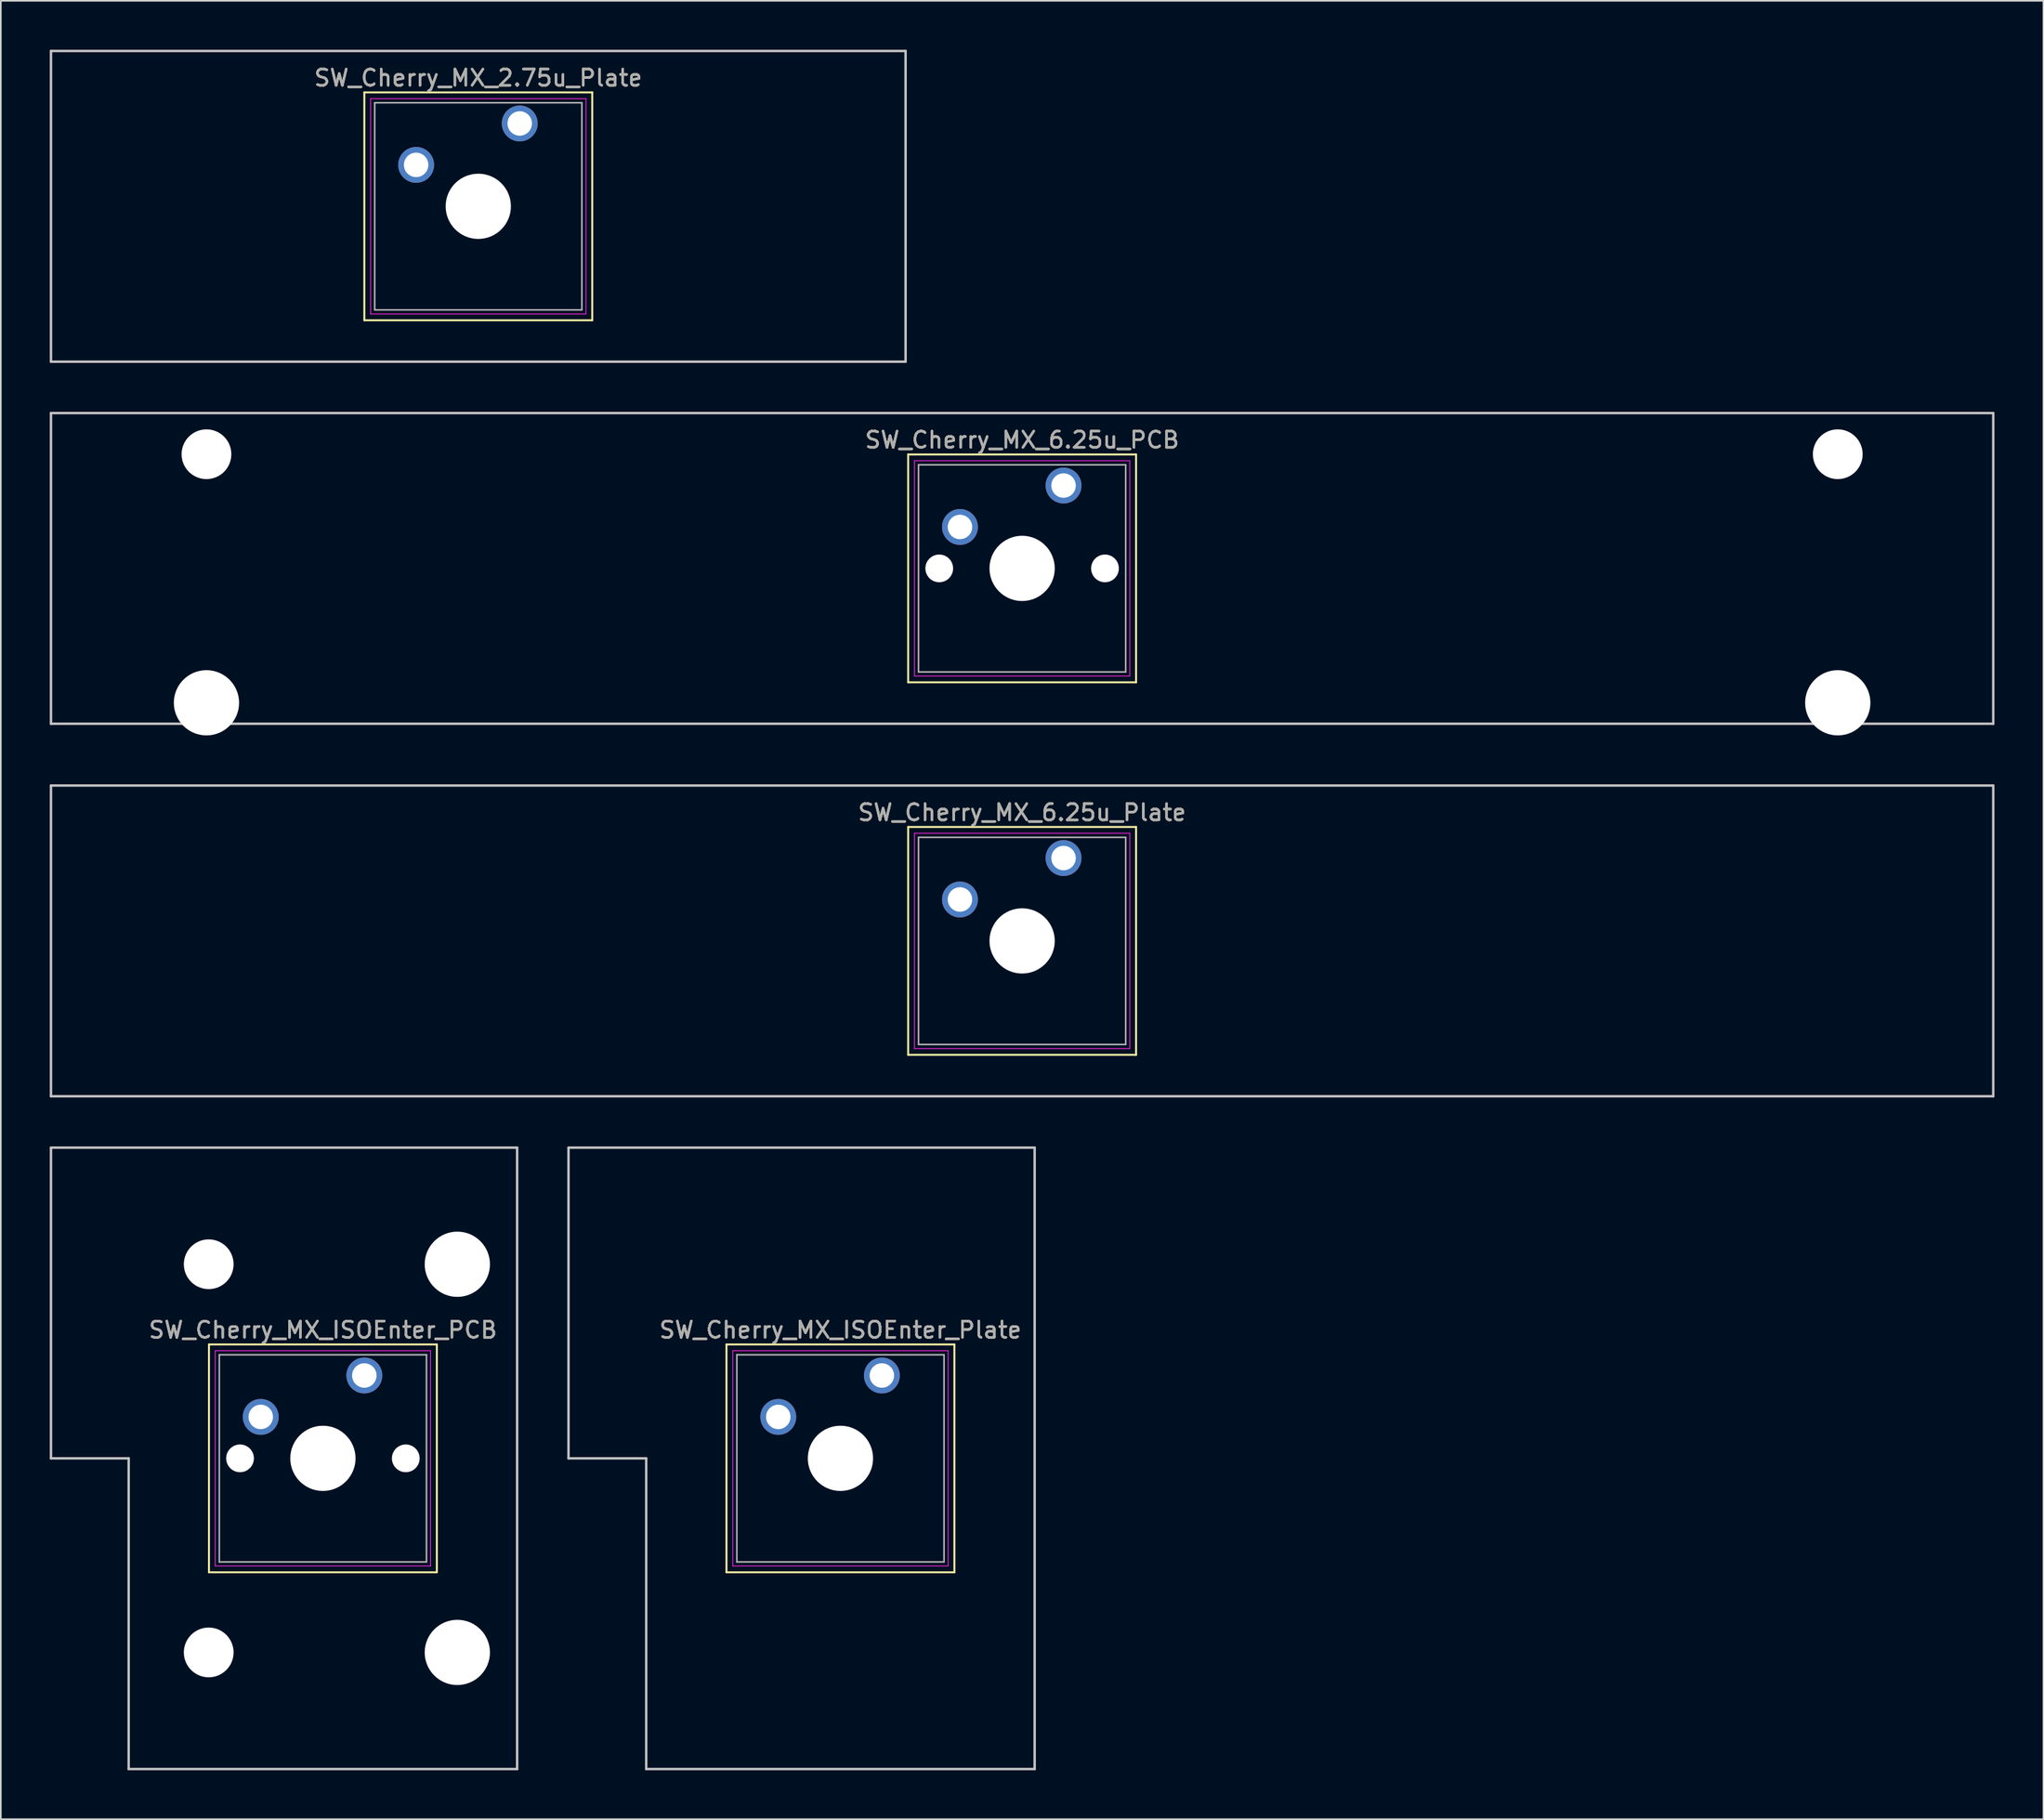
<source format=kicad_pcb>
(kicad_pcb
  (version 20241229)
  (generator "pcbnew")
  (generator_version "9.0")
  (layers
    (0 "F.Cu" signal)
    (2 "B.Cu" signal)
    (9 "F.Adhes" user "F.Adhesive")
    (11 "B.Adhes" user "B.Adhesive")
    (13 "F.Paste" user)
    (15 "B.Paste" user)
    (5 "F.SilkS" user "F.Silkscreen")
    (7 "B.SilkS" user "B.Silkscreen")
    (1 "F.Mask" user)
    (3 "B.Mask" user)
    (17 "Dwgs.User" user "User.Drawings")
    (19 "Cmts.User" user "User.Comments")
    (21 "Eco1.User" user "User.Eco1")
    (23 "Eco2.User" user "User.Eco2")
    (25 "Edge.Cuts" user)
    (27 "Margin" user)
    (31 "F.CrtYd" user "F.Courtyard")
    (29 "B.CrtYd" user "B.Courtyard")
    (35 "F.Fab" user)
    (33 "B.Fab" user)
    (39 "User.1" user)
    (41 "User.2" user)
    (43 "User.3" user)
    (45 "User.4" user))
  (footprint "SW_Cherry_MX_2.75u_Plate"
    (layer "F.Cu")
    (at 28.809 4.52)
    (property "Reference" "SW_Cherry_MX_2.75u_Plate" (at -2.54 -2.794 0) (layer "F.SilkS") (effects (font (size 1 1) (thickness 0.15))))
    (attr through_hole)
    (fp_line (start -9.525 -1.905) (end 4.445 -1.905) (stroke (width 0.12) (type solid)) (layer "F.SilkS"))
    (fp_line (start -9.525 12.065) (end -9.525 -1.905) (stroke (width 0.12) (type solid)) (layer "F.SilkS"))
    (fp_line (start 4.445 -1.905) (end 4.445 12.065) (stroke (width 0.12) (type solid)) (layer "F.SilkS"))
    (fp_line (start 4.445 12.065) (end -9.525 12.065) (stroke (width 0.12) (type solid)) (layer "F.SilkS"))
    (fp_line (start -28.734 -4.445) (end 23.654 -4.445) (stroke (width 0.15) (type solid)) (layer "Dwgs.User"))
    (fp_line (start -28.734 14.605) (end -28.734 -4.445) (stroke (width 0.15) (type solid)) (layer "Dwgs.User"))
    (fp_line (start 23.654 -4.445) (end 23.654 14.605) (stroke (width 0.15) (type solid)) (layer "Dwgs.User"))
    (fp_line (start 23.654 14.605) (end -28.734 14.605) (stroke (width 0.15) (type solid)) (layer "Dwgs.User"))
    (fp_line (start -9.14 -1.52) (end 4.06 -1.52) (stroke (width 0.05) (type solid)) (layer "F.CrtYd"))
    (fp_line (start -9.14 11.68) (end -9.14 -1.52) (stroke (width 0.05) (type solid)) (layer "F.CrtYd"))
    (fp_line (start 4.06 -1.52) (end 4.06 11.68) (stroke (width 0.05) (type solid)) (layer "F.CrtYd"))
    (fp_line (start 4.06 11.68) (end -9.14 11.68) (stroke (width 0.05) (type solid)) (layer "F.CrtYd"))
    (fp_line (start -8.89 -1.27) (end 3.81 -1.27) (stroke (width 0.1) (type solid)) (layer "F.Fab"))
    (fp_line (start -8.89 11.43) (end -8.89 -1.27) (stroke (width 0.1) (type solid)) (layer "F.Fab"))
    (fp_line (start 3.81 -1.27) (end 3.81 11.43) (stroke (width 0.1) (type solid)) (layer "F.Fab"))
    (fp_line (start 3.81 11.43) (end -8.89 11.43) (stroke (width 0.1) (type solid)) (layer "F.Fab"))
    (fp_text user "${REFERENCE}" (at -2.54 -2.794 0) (layer "F.Fab") (effects (font (size 1 1) (thickness 0.15))))
    (pad "" np_thru_hole circle (at -2.54 5.08) (size 4 4) (drill 4) (layers "*.Cu" "*.Mask"))
    (pad "1" thru_hole circle (at 0 0) (size 2.2 2.2) (drill 1.5) (layers "*.Cu" "*.Mask"))
    (pad "2" thru_hole circle (at -6.35 2.54) (size 2.2 2.2) (drill 1.5) (layers "*.Cu" "*.Mask")))
  (footprint "SW_Cherry_MX_ISOEnter_Plate"
    (layer "F.Cu")
    (at 51.009 81.285)
    (property "Reference" "SW_Cherry_MX_ISOEnter_Plate" (at -2.54 -2.794 0) (layer "F.SilkS") (effects (font (size 1 1) (thickness 0.15))))
    (attr through_hole)
    (fp_line (start -9.525 -1.905) (end 4.445 -1.905) (stroke (width 0.12) (type solid)) (layer "F.SilkS"))
    (fp_line (start -9.525 12.065) (end -9.525 -1.905) (stroke (width 0.12) (type solid)) (layer "F.SilkS"))
    (fp_line (start 4.445 -1.905) (end 4.445 12.065) (stroke (width 0.12) (type solid)) (layer "F.SilkS"))
    (fp_line (start 4.445 12.065) (end -9.525 12.065) (stroke (width 0.12) (type solid)) (layer "F.SilkS"))
    (fp_line (start -19.209 -13.97) (end 9.366 -13.97) (stroke (width 0.15) (type solid)) (layer "Dwgs.User"))
    (fp_line (start -19.209 5.08) (end -19.209 -13.97) (stroke (width 0.15) (type solid)) (layer "Dwgs.User"))
    (fp_line (start -14.446 5.08) (end -19.209 5.08) (stroke (width 0.15) (type solid)) (layer "Dwgs.User"))
    (fp_line (start -14.446 24.13) (end -14.446 5.08) (stroke (width 0.15) (type solid)) (layer "Dwgs.User"))
    (fp_line (start 9.366 -13.97) (end 9.366 24.13) (stroke (width 0.15) (type solid)) (layer "Dwgs.User"))
    (fp_line (start 9.366 24.13) (end -14.446 24.13) (stroke (width 0.15) (type solid)) (layer "Dwgs.User"))
    (fp_line (start -9.14 -1.52) (end 4.06 -1.52) (stroke (width 0.05) (type solid)) (layer "F.CrtYd"))
    (fp_line (start -9.14 11.68) (end -9.14 -1.52) (stroke (width 0.05) (type solid)) (layer "F.CrtYd"))
    (fp_line (start 4.06 -1.52) (end 4.06 11.68) (stroke (width 0.05) (type solid)) (layer "F.CrtYd"))
    (fp_line (start 4.06 11.68) (end -9.14 11.68) (stroke (width 0.05) (type solid)) (layer "F.CrtYd"))
    (fp_line (start -8.89 -1.27) (end 3.81 -1.27) (stroke (width 0.1) (type solid)) (layer "F.Fab"))
    (fp_line (start -8.89 11.43) (end -8.89 -1.27) (stroke (width 0.1) (type solid)) (layer "F.Fab"))
    (fp_line (start 3.81 -1.27) (end 3.81 11.43) (stroke (width 0.1) (type solid)) (layer "F.Fab"))
    (fp_line (start 3.81 11.43) (end -8.89 11.43) (stroke (width 0.1) (type solid)) (layer "F.Fab"))
    (fp_text user "${REFERENCE}" (at -2.54 -2.794 0) (layer "F.Fab") (effects (font (size 1 1) (thickness 0.15))))
    (pad "" np_thru_hole circle (at -2.54 5.08) (size 4 4) (drill 4) (layers "*.Cu" "*.Mask"))
    (pad "1" thru_hole circle (at 0 0) (size 2.2 2.2) (drill 1.5) (layers "*.Cu" "*.Mask"))
    (pad "2" thru_hole circle (at -6.35 2.54) (size 2.2 2.2) (drill 1.5) (layers "*.Cu" "*.Mask")))
  (footprint "SW_Cherry_MX_6.25u_Plate"
    (layer "F.Cu")
    (at 62.146 49.56)
    (property "Reference" "SW_Cherry_MX_6.25u_Plate" (at -2.54 -2.794 0) (layer "F.SilkS") (effects (font (size 1 1) (thickness 0.15))))
    (attr through_hole)
    (fp_line (start -9.525 -1.905) (end 4.445 -1.905) (stroke (width 0.12) (type solid)) (layer "F.SilkS"))
    (fp_line (start -9.525 12.065) (end -9.525 -1.905) (stroke (width 0.12) (type solid)) (layer "F.SilkS"))
    (fp_line (start 4.445 -1.905) (end 4.445 12.065) (stroke (width 0.12) (type solid)) (layer "F.SilkS"))
    (fp_line (start 4.445 12.065) (end -9.525 12.065) (stroke (width 0.12) (type solid)) (layer "F.SilkS"))
    (fp_line (start -62.071 -4.445) (end 56.991 -4.445) (stroke (width 0.15) (type solid)) (layer "Dwgs.User"))
    (fp_line (start -62.071 14.605) (end -62.071 -4.445) (stroke (width 0.15) (type solid)) (layer "Dwgs.User"))
    (fp_line (start 56.991 -4.445) (end 56.991 14.605) (stroke (width 0.15) (type solid)) (layer "Dwgs.User"))
    (fp_line (start 56.991 14.605) (end -62.071 14.605) (stroke (width 0.15) (type solid)) (layer "Dwgs.User"))
    (fp_line (start -9.14 -1.52) (end 4.06 -1.52) (stroke (width 0.05) (type solid)) (layer "F.CrtYd"))
    (fp_line (start -9.14 11.68) (end -9.14 -1.52) (stroke (width 0.05) (type solid)) (layer "F.CrtYd"))
    (fp_line (start 4.06 -1.52) (end 4.06 11.68) (stroke (width 0.05) (type solid)) (layer "F.CrtYd"))
    (fp_line (start 4.06 11.68) (end -9.14 11.68) (stroke (width 0.05) (type solid)) (layer "F.CrtYd"))
    (fp_line (start -8.89 -1.27) (end 3.81 -1.27) (stroke (width 0.1) (type solid)) (layer "F.Fab"))
    (fp_line (start -8.89 11.43) (end -8.89 -1.27) (stroke (width 0.1) (type solid)) (layer "F.Fab"))
    (fp_line (start 3.81 -1.27) (end 3.81 11.43) (stroke (width 0.1) (type solid)) (layer "F.Fab"))
    (fp_line (start 3.81 11.43) (end -8.89 11.43) (stroke (width 0.1) (type solid)) (layer "F.Fab"))
    (fp_text user "${REFERENCE}" (at -2.54 -2.794 0) (layer "F.Fab") (effects (font (size 1 1) (thickness 0.15))))
    (pad "" np_thru_hole circle (at -2.54 5.08) (size 4 4) (drill 4) (layers "*.Cu" "*.Mask"))
    (pad "1" thru_hole circle (at 0 0) (size 2.2 2.2) (drill 1.5) (layers "*.Cu" "*.Mask"))
    (pad "2" thru_hole circle (at -6.35 2.54) (size 2.2 2.2) (drill 1.5) (layers "*.Cu" "*.Mask")))
  (footprint "SW_Cherry_MX_6.25u_PCB"
    (layer "F.Cu")
    (at 62.146 26.72)
    (property "Reference" "SW_Cherry_MX_6.25u_PCB" (at -2.54 -2.794 0) (layer "F.SilkS") (effects (font (size 1 1) (thickness 0.15))))
    (attr through_hole)
    (fp_line (start -9.525 -1.905) (end 4.445 -1.905) (stroke (width 0.12) (type solid)) (layer "F.SilkS"))
    (fp_line (start -9.525 12.065) (end -9.525 -1.905) (stroke (width 0.12) (type solid)) (layer "F.SilkS"))
    (fp_line (start 4.445 -1.905) (end 4.445 12.065) (stroke (width 0.12) (type solid)) (layer "F.SilkS"))
    (fp_line (start 4.445 12.065) (end -9.525 12.065) (stroke (width 0.12) (type solid)) (layer "F.SilkS"))
    (fp_line (start -62.071 -4.445) (end 56.991 -4.445) (stroke (width 0.15) (type solid)) (layer "Dwgs.User"))
    (fp_line (start -62.071 14.605) (end -62.071 -4.445) (stroke (width 0.15) (type solid)) (layer "Dwgs.User"))
    (fp_line (start 56.991 -4.445) (end 56.991 14.605) (stroke (width 0.15) (type solid)) (layer "Dwgs.User"))
    (fp_line (start 56.991 14.605) (end -62.071 14.605) (stroke (width 0.15) (type solid)) (layer "Dwgs.User"))
    (fp_line (start -9.14 -1.52) (end 4.06 -1.52) (stroke (width 0.05) (type solid)) (layer "F.CrtYd"))
    (fp_line (start -9.14 11.68) (end -9.14 -1.52) (stroke (width 0.05) (type solid)) (layer "F.CrtYd"))
    (fp_line (start 4.06 -1.52) (end 4.06 11.68) (stroke (width 0.05) (type solid)) (layer "F.CrtYd"))
    (fp_line (start 4.06 11.68) (end -9.14 11.68) (stroke (width 0.05) (type solid)) (layer "F.CrtYd"))
    (fp_line (start -8.89 -1.27) (end 3.81 -1.27) (stroke (width 0.1) (type solid)) (layer "F.Fab"))
    (fp_line (start -8.89 11.43) (end -8.89 -1.27) (stroke (width 0.1) (type solid)) (layer "F.Fab"))
    (fp_line (start 3.81 -1.27) (end 3.81 11.43) (stroke (width 0.1) (type solid)) (layer "F.Fab"))
    (fp_line (start 3.81 11.43) (end -8.89 11.43) (stroke (width 0.1) (type solid)) (layer "F.Fab"))
    (fp_text user "${REFERENCE}" (at -2.54 -2.794 0) (layer "F.Fab") (effects (font (size 1 1) (thickness 0.15))))
    (pad "" np_thru_hole circle (at -52.54 -1.92) (size 3.05 3.05) (drill 3.05) (layers "*.Cu" "*.Mask"))
    (pad "" np_thru_hole circle (at -52.54 13.32) (size 4 4) (drill 4) (layers "*.Cu" "*.Mask"))
    (pad "" np_thru_hole circle (at -7.62 5.08) (size 1.7 1.7) (drill 1.7) (layers "*.Cu" "*.Mask"))
    (pad "" np_thru_hole circle (at -2.54 5.08) (size 4 4) (drill 4) (layers "*.Cu" "*.Mask"))
    (pad "" np_thru_hole circle (at 2.54 5.08) (size 1.7 1.7) (drill 1.7) (layers "*.Cu" "*.Mask"))
    (pad "" np_thru_hole circle (at 47.46 -1.92) (size 3.05 3.05) (drill 3.05) (layers "*.Cu" "*.Mask"))
    (pad "" np_thru_hole circle (at 47.46 13.32) (size 4 4) (drill 4) (layers "*.Cu" "*.Mask"))
    (pad "1" thru_hole circle (at 0 0) (size 2.2 2.2) (drill 1.5) (layers "*.Cu" "*.Mask"))
    (pad "2" thru_hole circle (at -6.35 2.54) (size 2.2 2.2) (drill 1.5) (layers "*.Cu" "*.Mask")))
  (footprint "SW_Cherry_MX_ISOEnter_PCB"
    (layer "F.Cu")
    (at 19.284 81.285)
    (property "Reference" "SW_Cherry_MX_ISOEnter_PCB" (at -2.54 -2.794 0) (layer "F.SilkS") (effects (font (size 1 1) (thickness 0.15))))
    (attr through_hole)
    (fp_line (start -9.525 -1.905) (end 4.445 -1.905) (stroke (width 0.12) (type solid)) (layer "F.SilkS"))
    (fp_line (start -9.525 12.065) (end -9.525 -1.905) (stroke (width 0.12) (type solid)) (layer "F.SilkS"))
    (fp_line (start 4.445 -1.905) (end 4.445 12.065) (stroke (width 0.12) (type solid)) (layer "F.SilkS"))
    (fp_line (start 4.445 12.065) (end -9.525 12.065) (stroke (width 0.12) (type solid)) (layer "F.SilkS"))
    (fp_line (start -19.209 -13.97) (end 9.366 -13.97) (stroke (width 0.15) (type solid)) (layer "Dwgs.User"))
    (fp_line (start -19.209 5.08) (end -19.209 -13.97) (stroke (width 0.15) (type solid)) (layer "Dwgs.User"))
    (fp_line (start -14.446 5.08) (end -19.209 5.08) (stroke (width 0.15) (type solid)) (layer "Dwgs.User"))
    (fp_line (start -14.446 24.13) (end -14.446 5.08) (stroke (width 0.15) (type solid)) (layer "Dwgs.User"))
    (fp_line (start 9.366 -13.97) (end 9.366 24.13) (stroke (width 0.15) (type solid)) (layer "Dwgs.User"))
    (fp_line (start 9.366 24.13) (end -14.446 24.13) (stroke (width 0.15) (type solid)) (layer "Dwgs.User"))
    (fp_line (start -9.14 -1.52) (end 4.06 -1.52) (stroke (width 0.05) (type solid)) (layer "F.CrtYd"))
    (fp_line (start -9.14 11.68) (end -9.14 -1.52) (stroke (width 0.05) (type solid)) (layer "F.CrtYd"))
    (fp_line (start 4.06 -1.52) (end 4.06 11.68) (stroke (width 0.05) (type solid)) (layer "F.CrtYd"))
    (fp_line (start 4.06 11.68) (end -9.14 11.68) (stroke (width 0.05) (type solid)) (layer "F.CrtYd"))
    (fp_line (start -8.89 -1.27) (end 3.81 -1.27) (stroke (width 0.1) (type solid)) (layer "F.Fab"))
    (fp_line (start -8.89 11.43) (end -8.89 -1.27) (stroke (width 0.1) (type solid)) (layer "F.Fab"))
    (fp_line (start 3.81 -1.27) (end 3.81 11.43) (stroke (width 0.1) (type solid)) (layer "F.Fab"))
    (fp_line (start 3.81 11.43) (end -8.89 11.43) (stroke (width 0.1) (type solid)) (layer "F.Fab"))
    (fp_text user "${REFERENCE}" (at -2.54 -2.794 0) (layer "F.Fab") (effects (font (size 1 1) (thickness 0.15))))
    (pad "" np_thru_hole circle (at -9.54 -6.82) (size 3.05 3.05) (drill 3.05) (layers "*.Cu" "*.Mask"))
    (pad "" np_thru_hole circle (at -9.54 16.98) (size 3.05 3.05) (drill 3.05) (layers "*.Cu" "*.Mask"))
    (pad "" np_thru_hole circle (at -7.62 5.08) (size 1.7 1.7) (drill 1.7) (layers "*.Cu" "*.Mask"))
    (pad "" np_thru_hole circle (at -2.54 5.08) (size 4 4) (drill 4) (layers "*.Cu" "*.Mask"))
    (pad "" np_thru_hole circle (at 2.54 5.08) (size 1.7 1.7) (drill 1.7) (layers "*.Cu" "*.Mask"))
    (pad "" np_thru_hole circle (at 5.7 -6.82) (size 4 4) (drill 4) (layers "*.Cu" "*.Mask"))
    (pad "" np_thru_hole circle (at 5.7 16.98) (size 4 4) (drill 4) (layers "*.Cu" "*.Mask"))
    (pad "1" thru_hole circle (at 0 0) (size 2.2 2.2) (drill 1.5) (layers "*.Cu" "*.Mask"))
    (pad "2" thru_hole circle (at -6.35 2.54) (size 2.2 2.2) (drill 1.5) (layers "*.Cu" "*.Mask")))
  (gr_rect
    (start -3 -3)
    (end 122.213 108.49)
    (stroke (width 0.1) (type default))
    (fill no)
    (layer "Edge.Cuts")))
</source>
